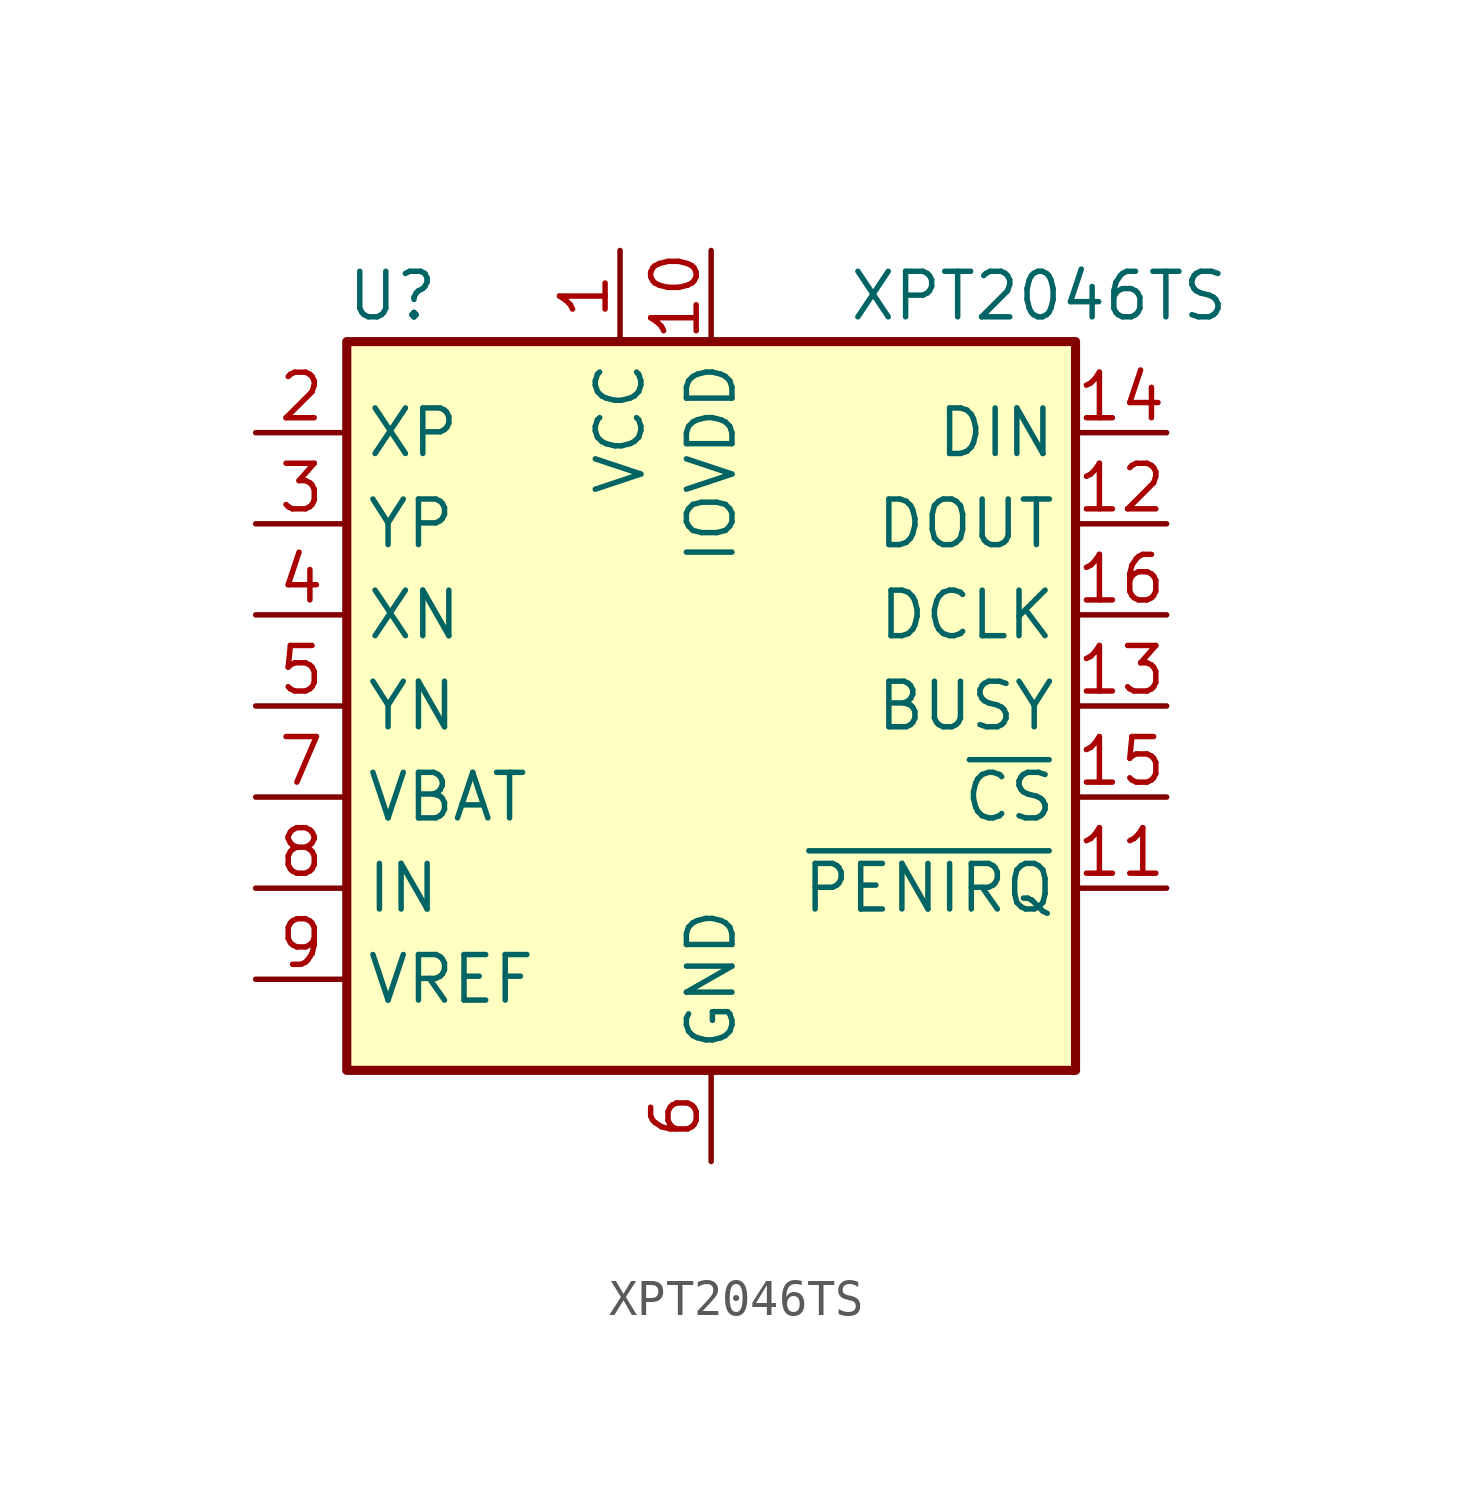
<source format=kicad_sym>
(kicad_symbol_lib
  (version 20241209)
  (generator "kicad_symbol_editor")
  (generator_version "9.0")
  (symbol "XPT2046TS"
    (property "Reference" "U"
      (at -8.89 11.43 0)
      (effects (font (size 1.27 1.27))))
    (property "Value" "XPT2046TS"
      (at 3.81 11.43 0)
      (effects (font (size 1.27 1.27)) (justify left)))
    (symbol "XPT2046TS_0_1"
      (rectangle (start -10.16 10.16) (end 10.16 -10.16) (stroke (width 0.254) (type default)) (fill (type background))))
    (symbol "XPT2046TS_1_1"
      (pin input line (at -12.7 7.62 0) (length 2.54) (name "XP" (effects (font (size 1.27 1.27)))) (number "2" (effects (font (size 1.27 1.27)))))
      (pin input line (at -12.7 5.08 0) (length 2.54) (name "YP" (effects (font (size 1.27 1.27)))) (number "3" (effects (font (size 1.27 1.27)))))
      (pin input line (at -12.7 2.54 0) (length 2.54) (name "XN" (effects (font (size 1.27 1.27)))) (number "4" (effects (font (size 1.27 1.27)))))
      (pin input line (at -12.7 0 0) (length 2.54) (name "YN" (effects (font (size 1.27 1.27)))) (number "5" (effects (font (size 1.27 1.27)))))
      (pin power_in line (at -12.7 -2.54 0) (length 2.54) (name "VBAT" (effects (font (size 1.27 1.27)))) (number "7" (effects (font (size 1.27 1.27)))))
      (pin input line (at -12.7 -5.08 0) (length 2.54) (name "IN" (effects (font (size 1.27 1.27)))) (number "8" (effects (font (size 1.27 1.27)))))
      (pin bidirectional line (at -12.7 -7.62 0) (length 2.54) (name "VREF" (effects (font (size 1.27 1.27)))) (number "9" (effects (font (size 1.27 1.27)))))
      (pin power_in line (at -2.54 12.7 270) (length 2.54) (name "VCC" (effects (font (size 1.27 1.27)))) (number "1" (effects (font (size 1.27 1.27)))))
      (pin power_in line (at 0 12.7 270) (length 2.54) (name "IOVDD" (effects (font (size 1.27 1.27)))) (number "10" (effects (font (size 1.27 1.27)))))
      (pin power_in line (at 0 -12.7 90) (length 2.54) (name "GND" (effects (font (size 1.27 1.27)))) (number "6" (effects (font (size 1.27 1.27)))))
      (pin input line (at 12.7 7.62 180) (length 2.54) (name "DIN" (effects (font (size 1.27 1.27)))) (number "14" (effects (font (size 1.27 1.27)))))
      (pin output line (at 12.7 5.08 180) (length 2.54) (name "DOUT" (effects (font (size 1.27 1.27)))) (number "12" (effects (font (size 1.27 1.27)))))
      (pin input line (at 12.7 2.54 180) (length 2.54) (name "DCLK" (effects (font (size 1.27 1.27)))) (number "16" (effects (font (size 1.27 1.27)))))
      (pin output line (at 12.7 0 180) (length 2.54) (name "BUSY" (effects (font (size 1.27 1.27)))) (number "13" (effects (font (size 1.27 1.27)))))
      (pin input line (at 12.7 -2.54 180) (length 2.54) (name "~{CS}" (effects (font (size 1.27 1.27)))) (number "15" (effects (font (size 1.27 1.27)))))
      (pin open_collector line (at 12.7 -5.08 180) (length 2.54) (name "~{PENIRQ}" (effects (font (size 1.27 1.27)))) (number "11" (effects (font (size 1.27 1.27))))))))
</source>
